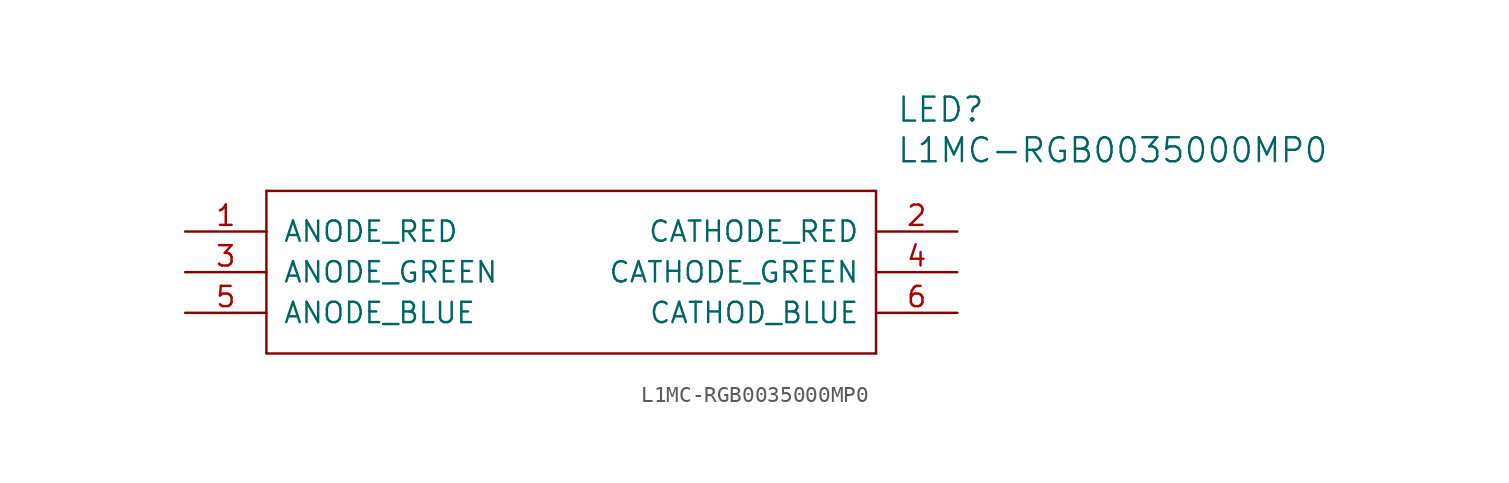
<source format=kicad_sym>
(kicad_symbol_lib
  (version 20211014)
  (generator kicad_symbol_editor)
  (symbol "L1MC-RGB0035000MP0"
    (pin_names
      (offset 1.016))
    (property "Reference" "LED"
      (at 44.45 7.62 0)
      (effects (font (size 1.499 1.499)) (justify left)))
    (property "Value" "L1MC-RGB0035000MP0"
      (at 44.45 5.08 0)
      (effects (font (size 1.499 1.499)) (justify left)))
    (property "ki_locked" ""
      (at 0 0 0)
      (effects (font (size 1.27 1.27))))
    (symbol "L1MC-RGB0035000MP0_1_0"
      (polyline (pts (xy 5.08 2.54) (xy 5.08 -7.62)) (stroke (width 0) (type default) (color 0 0 0 0)) (fill (type none)))
      (polyline (pts (xy 5.08 2.54) (xy 43.18 2.54)) (stroke (width 0) (type default) (color 0 0 0 0)) (fill (type none)))
      (polyline (pts (xy 43.18 -7.62) (xy 5.08 -7.62)) (stroke (width 0) (type default) (color 0 0 0 0)) (fill (type none)))
      (polyline (pts (xy 43.18 -7.62) (xy 43.18 2.54)) (stroke (width 0) (type default) (color 0 0 0 0)) (fill (type none)))
      (pin bidirectional line (at 0 0 0) (length 5.08) (name "ANODE_RED" (effects (font (size 1.27 1.27)))) (number "1" (effects (font (size 1.27 1.27)))))
      (pin bidirectional line (at 48.26 0 180) (length 5.08) (name "CATHODE_RED" (effects (font (size 1.27 1.27)))) (number "2" (effects (font (size 1.27 1.27)))))
      (pin bidirectional line (at 0 -2.54 0) (length 5.08) (name "ANODE_GREEN" (effects (font (size 1.27 1.27)))) (number "3" (effects (font (size 1.27 1.27)))))
      (pin bidirectional line (at 48.26 -2.54 180) (length 5.08) (name "CATHODE_GREEN" (effects (font (size 1.27 1.27)))) (number "4" (effects (font (size 1.27 1.27)))))
      (pin bidirectional line (at 0 -5.08 0) (length 5.08) (name "ANODE_BLUE" (effects (font (size 1.27 1.27)))) (number "5" (effects (font (size 1.27 1.27)))))
      (pin bidirectional line (at 48.26 -5.08 180) (length 5.08) (name "CATHOD_BLUE" (effects (font (size 1.27 1.27)))) (number "6" (effects (font (size 1.27 1.27))))))))
</source>
